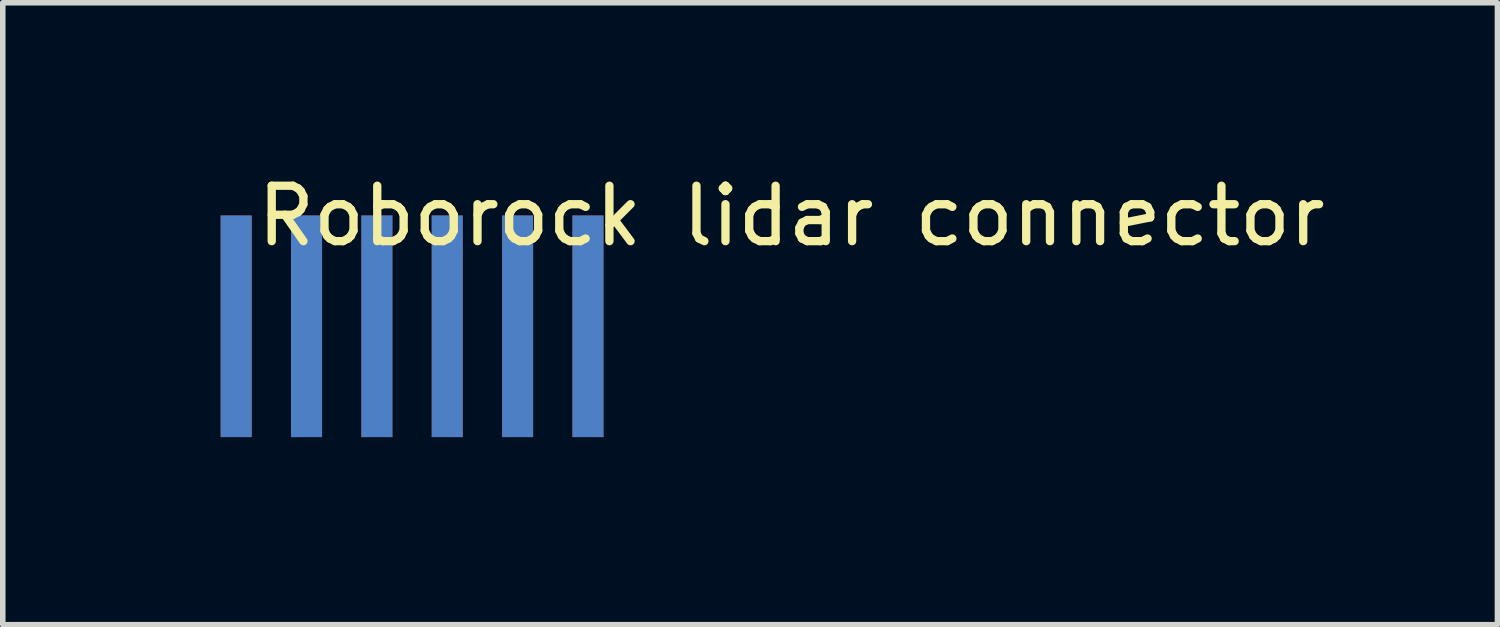
<source format=kicad_pcb>
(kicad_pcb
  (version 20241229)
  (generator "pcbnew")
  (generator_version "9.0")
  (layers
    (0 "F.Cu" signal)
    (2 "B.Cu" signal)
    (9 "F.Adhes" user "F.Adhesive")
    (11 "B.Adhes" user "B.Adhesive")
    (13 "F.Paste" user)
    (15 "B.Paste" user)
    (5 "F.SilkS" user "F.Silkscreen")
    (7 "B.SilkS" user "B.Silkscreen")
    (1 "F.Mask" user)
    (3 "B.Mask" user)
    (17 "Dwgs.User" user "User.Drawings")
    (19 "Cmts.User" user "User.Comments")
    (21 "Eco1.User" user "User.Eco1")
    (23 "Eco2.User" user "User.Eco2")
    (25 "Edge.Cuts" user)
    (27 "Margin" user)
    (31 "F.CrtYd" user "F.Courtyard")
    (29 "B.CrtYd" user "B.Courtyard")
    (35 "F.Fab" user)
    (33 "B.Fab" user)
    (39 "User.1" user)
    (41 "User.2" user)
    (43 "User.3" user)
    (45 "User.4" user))
  (footprint "Roborock lidar connector"
    (layer "F.Cu")
    (at 4.378 2.626)
    (property "Reference" "Roborock lidar connector" (at 6.858 -1.778 0) (layer "F.SilkS") (effects (font (size 1 1) (thickness 0.15))))
    (attr through_hole)
    (fp_line (start -4.318 -1.778) (end -4.318 2.54) (stroke (width 0.12) (type solid)) (layer "Eco2.User"))
    (fp_line (start -4.318 2.54) (end 4.318 2.54) (stroke (width 0.12) (type solid)) (layer "Eco2.User"))
    (fp_line (start 4.318 2.54) (end 4.318 -1.778) (stroke (width 0.12) (type solid)) (layer "Eco2.User"))
    (pad "1" connect rect (at -3.165 0.214) (size 0.56 4) (layers "F.Cu" "F.Mask"))
    (pad "2" connect rect (at -3.165 0.214) (size 0.56 4) (layers "B.Cu" "B.Mask"))
    (pad "3" connect rect (at -1.895 0.214) (size 0.56 4) (layers "F.Cu" "F.Mask"))
    (pad "4" connect rect (at -1.895 0.214) (size 0.56 4) (layers "B.Cu" "B.Mask"))
    (pad "5" connect rect (at -0.625 0.214) (size 0.56 4) (layers "F.Cu" "F.Mask"))
    (pad "6" connect rect (at -0.625 0.214) (size 0.56 4) (layers "B.Cu" "B.Mask"))
    (pad "7" connect rect (at 0.645 0.214) (size 0.56 4) (layers "F.Cu" "F.Mask"))
    (pad "8" connect rect (at 0.645 0.214) (size 0.56 4) (layers "B.Cu" "B.Mask"))
    (pad "9" connect rect (at 1.915 0.214) (size 0.56 4) (layers "F.Cu" "F.Mask"))
    (pad "10" connect rect (at 1.915 0.214) (size 0.56 4) (layers "B.Cu" "B.Mask"))
    (pad "11" connect rect (at 3.185 0.214) (size 0.56 4) (layers "F.Cu" "F.Mask"))
    (pad "12" connect rect (at 3.185 0.214) (size 0.56 4) (layers "B.Cu" "B.Mask")))
  (gr_rect
    (start -3 -3)
    (end 23.98 8.226)
    (stroke (width 0.1) (type default))
    (fill no)
    (layer "Edge.Cuts")))
</source>
